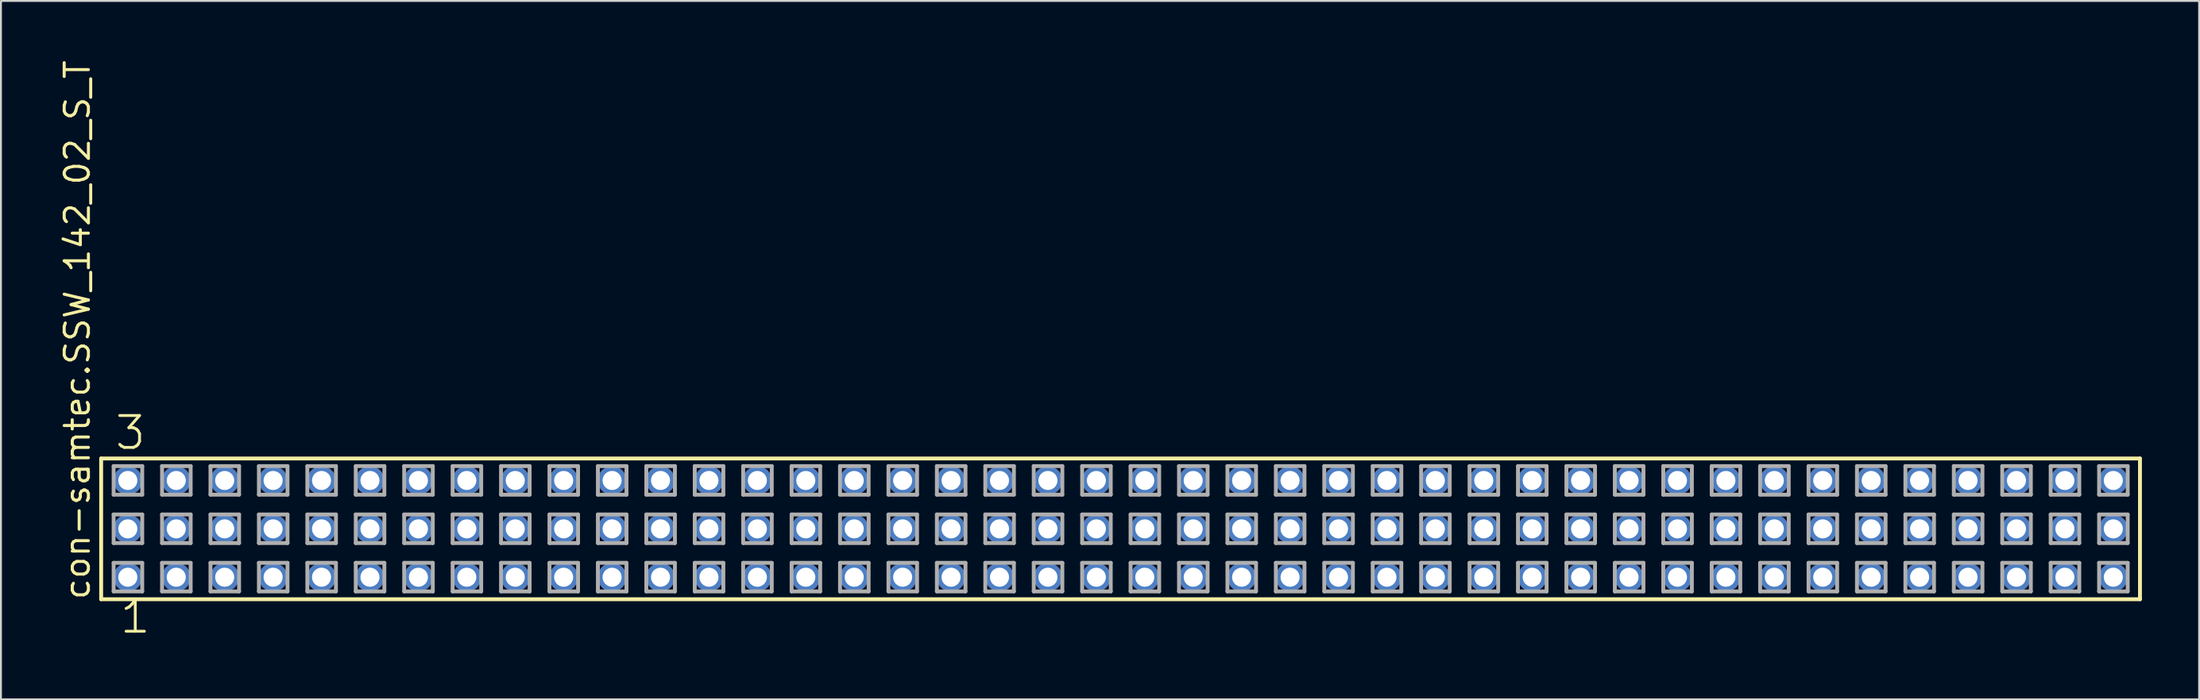
<source format=kicad_pcb>
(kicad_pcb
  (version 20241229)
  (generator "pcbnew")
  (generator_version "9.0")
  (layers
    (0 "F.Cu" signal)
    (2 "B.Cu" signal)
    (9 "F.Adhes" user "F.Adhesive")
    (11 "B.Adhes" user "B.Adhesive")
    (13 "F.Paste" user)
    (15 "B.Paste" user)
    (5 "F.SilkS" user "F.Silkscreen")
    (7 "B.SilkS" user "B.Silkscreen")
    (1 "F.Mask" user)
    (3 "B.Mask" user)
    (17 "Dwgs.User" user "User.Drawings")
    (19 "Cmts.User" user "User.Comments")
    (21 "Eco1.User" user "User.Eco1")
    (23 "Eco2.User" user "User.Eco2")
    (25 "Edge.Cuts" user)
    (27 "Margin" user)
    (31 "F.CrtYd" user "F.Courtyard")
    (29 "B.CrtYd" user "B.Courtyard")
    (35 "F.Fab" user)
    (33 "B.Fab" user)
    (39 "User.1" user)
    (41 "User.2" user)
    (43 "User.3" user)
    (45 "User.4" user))
  (footprint "con-samtec.SSW_142_02_S_T"
    (layer "F.Cu")
    (at 55.725 24.719)
    (property "Reference" "con-samtec.SSW_142_02_S_T" (at -53.975 3.81 90) (layer "F.SilkS") (effects (font (size 1.27 1.27) (thickness 0.16)) (justify left bottom)))
    (attr through_hole)
    (fp_line (start -53.469 -3.695) (end 53.469 -3.695) (stroke (width 0.203) (type default)) (layer "F.SilkS"))
    (fp_line (start -53.469 3.695) (end -53.469 -3.695) (stroke (width 0.203) (type default)) (layer "F.SilkS"))
    (fp_line (start 53.469 -3.695) (end 53.469 3.695) (stroke (width 0.203) (type default)) (layer "F.SilkS"))
    (fp_line (start 53.469 3.695) (end -53.469 3.695) (stroke (width 0.203) (type default)) (layer "F.SilkS"))
    (fp_line (start -52.815 -3.295) (end -51.315 -3.295) (stroke (width 0.203) (type default)) (layer "F.Fab"))
    (fp_line (start -52.815 -1.795) (end -52.815 -3.295) (stroke (width 0.203) (type default)) (layer "F.Fab"))
    (fp_line (start -52.815 -0.755) (end -51.315 -0.755) (stroke (width 0.203) (type default)) (layer "F.Fab"))
    (fp_line (start -52.815 0.745) (end -52.815 -0.755) (stroke (width 0.203) (type default)) (layer "F.Fab"))
    (fp_line (start -52.815 1.785) (end -51.315 1.785) (stroke (width 0.203) (type default)) (layer "F.Fab"))
    (fp_line (start -52.815 3.285) (end -52.815 1.785) (stroke (width 0.203) (type default)) (layer "F.Fab"))
    (fp_line (start -51.315 -3.295) (end -51.315 -1.795) (stroke (width 0.203) (type default)) (layer "F.Fab"))
    (fp_line (start -51.315 -1.795) (end -52.815 -1.795) (stroke (width 0.203) (type default)) (layer "F.Fab"))
    (fp_line (start -51.315 -0.755) (end -51.315 0.745) (stroke (width 0.203) (type default)) (layer "F.Fab"))
    (fp_line (start -51.315 0.745) (end -52.815 0.745) (stroke (width 0.203) (type default)) (layer "F.Fab"))
    (fp_line (start -51.315 1.785) (end -51.315 3.285) (stroke (width 0.203) (type default)) (layer "F.Fab"))
    (fp_line (start -51.315 3.285) (end -52.815 3.285) (stroke (width 0.203) (type default)) (layer "F.Fab"))
    (fp_line (start -50.275 -3.295) (end -48.775 -3.295) (stroke (width 0.203) (type default)) (layer "F.Fab"))
    (fp_line (start -50.275 -1.795) (end -50.275 -3.295) (stroke (width 0.203) (type default)) (layer "F.Fab"))
    (fp_line (start -50.275 -0.755) (end -48.775 -0.755) (stroke (width 0.203) (type default)) (layer "F.Fab"))
    (fp_line (start -50.275 0.745) (end -50.275 -0.755) (stroke (width 0.203) (type default)) (layer "F.Fab"))
    (fp_line (start -50.275 1.785) (end -48.775 1.785) (stroke (width 0.203) (type default)) (layer "F.Fab"))
    (fp_line (start -50.275 3.285) (end -50.275 1.785) (stroke (width 0.203) (type default)) (layer "F.Fab"))
    (fp_line (start -48.775 -3.295) (end -48.775 -1.795) (stroke (width 0.203) (type default)) (layer "F.Fab"))
    (fp_line (start -48.775 -1.795) (end -50.275 -1.795) (stroke (width 0.203) (type default)) (layer "F.Fab"))
    (fp_line (start -48.775 -0.755) (end -48.775 0.745) (stroke (width 0.203) (type default)) (layer "F.Fab"))
    (fp_line (start -48.775 0.745) (end -50.275 0.745) (stroke (width 0.203) (type default)) (layer "F.Fab"))
    (fp_line (start -48.775 1.785) (end -48.775 3.285) (stroke (width 0.203) (type default)) (layer "F.Fab"))
    (fp_line (start -48.775 3.285) (end -50.275 3.285) (stroke (width 0.203) (type default)) (layer "F.Fab"))
    (fp_line (start -47.735 -3.295) (end -46.235 -3.295) (stroke (width 0.203) (type default)) (layer "F.Fab"))
    (fp_line (start -47.735 -1.795) (end -47.735 -3.295) (stroke (width 0.203) (type default)) (layer "F.Fab"))
    (fp_line (start -47.735 -0.755) (end -46.235 -0.755) (stroke (width 0.203) (type default)) (layer "F.Fab"))
    (fp_line (start -47.735 0.745) (end -47.735 -0.755) (stroke (width 0.203) (type default)) (layer "F.Fab"))
    (fp_line (start -47.735 1.785) (end -46.235 1.785) (stroke (width 0.203) (type default)) (layer "F.Fab"))
    (fp_line (start -47.735 3.285) (end -47.735 1.785) (stroke (width 0.203) (type default)) (layer "F.Fab"))
    (fp_line (start -46.235 -3.295) (end -46.235 -1.795) (stroke (width 0.203) (type default)) (layer "F.Fab"))
    (fp_line (start -46.235 -1.795) (end -47.735 -1.795) (stroke (width 0.203) (type default)) (layer "F.Fab"))
    (fp_line (start -46.235 -0.755) (end -46.235 0.745) (stroke (width 0.203) (type default)) (layer "F.Fab"))
    (fp_line (start -46.235 0.745) (end -47.735 0.745) (stroke (width 0.203) (type default)) (layer "F.Fab"))
    (fp_line (start -46.235 1.785) (end -46.235 3.285) (stroke (width 0.203) (type default)) (layer "F.Fab"))
    (fp_line (start -46.235 3.285) (end -47.735 3.285) (stroke (width 0.203) (type default)) (layer "F.Fab"))
    (fp_line (start -45.195 -3.295) (end -43.695 -3.295) (stroke (width 0.203) (type default)) (layer "F.Fab"))
    (fp_line (start -45.195 -1.795) (end -45.195 -3.295) (stroke (width 0.203) (type default)) (layer "F.Fab"))
    (fp_line (start -45.195 -0.755) (end -43.695 -0.755) (stroke (width 0.203) (type default)) (layer "F.Fab"))
    (fp_line (start -45.195 0.745) (end -45.195 -0.755) (stroke (width 0.203) (type default)) (layer "F.Fab"))
    (fp_line (start -45.195 1.785) (end -43.695 1.785) (stroke (width 0.203) (type default)) (layer "F.Fab"))
    (fp_line (start -45.195 3.285) (end -45.195 1.785) (stroke (width 0.203) (type default)) (layer "F.Fab"))
    (fp_line (start -43.695 -3.295) (end -43.695 -1.795) (stroke (width 0.203) (type default)) (layer "F.Fab"))
    (fp_line (start -43.695 -1.795) (end -45.195 -1.795) (stroke (width 0.203) (type default)) (layer "F.Fab"))
    (fp_line (start -43.695 -0.755) (end -43.695 0.745) (stroke (width 0.203) (type default)) (layer "F.Fab"))
    (fp_line (start -43.695 0.745) (end -45.195 0.745) (stroke (width 0.203) (type default)) (layer "F.Fab"))
    (fp_line (start -43.695 1.785) (end -43.695 3.285) (stroke (width 0.203) (type default)) (layer "F.Fab"))
    (fp_line (start -43.695 3.285) (end -45.195 3.285) (stroke (width 0.203) (type default)) (layer "F.Fab"))
    (fp_line (start -42.655 -3.295) (end -41.155 -3.295) (stroke (width 0.203) (type default)) (layer "F.Fab"))
    (fp_line (start -42.655 -1.795) (end -42.655 -3.295) (stroke (width 0.203) (type default)) (layer "F.Fab"))
    (fp_line (start -42.655 -0.755) (end -41.155 -0.755) (stroke (width 0.203) (type default)) (layer "F.Fab"))
    (fp_line (start -42.655 0.745) (end -42.655 -0.755) (stroke (width 0.203) (type default)) (layer "F.Fab"))
    (fp_line (start -42.655 1.785) (end -41.155 1.785) (stroke (width 0.203) (type default)) (layer "F.Fab"))
    (fp_line (start -42.655 3.285) (end -42.655 1.785) (stroke (width 0.203) (type default)) (layer "F.Fab"))
    (fp_line (start -41.155 -3.295) (end -41.155 -1.795) (stroke (width 0.203) (type default)) (layer "F.Fab"))
    (fp_line (start -41.155 -1.795) (end -42.655 -1.795) (stroke (width 0.203) (type default)) (layer "F.Fab"))
    (fp_line (start -41.155 -0.755) (end -41.155 0.745) (stroke (width 0.203) (type default)) (layer "F.Fab"))
    (fp_line (start -41.155 0.745) (end -42.655 0.745) (stroke (width 0.203) (type default)) (layer "F.Fab"))
    (fp_line (start -41.155 1.785) (end -41.155 3.285) (stroke (width 0.203) (type default)) (layer "F.Fab"))
    (fp_line (start -41.155 3.285) (end -42.655 3.285) (stroke (width 0.203) (type default)) (layer "F.Fab"))
    (fp_line (start -40.115 -3.295) (end -38.615 -3.295) (stroke (width 0.203) (type default)) (layer "F.Fab"))
    (fp_line (start -40.115 -1.795) (end -40.115 -3.295) (stroke (width 0.203) (type default)) (layer "F.Fab"))
    (fp_line (start -40.115 -0.755) (end -38.615 -0.755) (stroke (width 0.203) (type default)) (layer "F.Fab"))
    (fp_line (start -40.115 0.745) (end -40.115 -0.755) (stroke (width 0.203) (type default)) (layer "F.Fab"))
    (fp_line (start -40.115 1.785) (end -38.615 1.785) (stroke (width 0.203) (type default)) (layer "F.Fab"))
    (fp_line (start -40.115 3.285) (end -40.115 1.785) (stroke (width 0.203) (type default)) (layer "F.Fab"))
    (fp_line (start -38.615 -3.295) (end -38.615 -1.795) (stroke (width 0.203) (type default)) (layer "F.Fab"))
    (fp_line (start -38.615 -1.795) (end -40.115 -1.795) (stroke (width 0.203) (type default)) (layer "F.Fab"))
    (fp_line (start -38.615 -0.755) (end -38.615 0.745) (stroke (width 0.203) (type default)) (layer "F.Fab"))
    (fp_line (start -38.615 0.745) (end -40.115 0.745) (stroke (width 0.203) (type default)) (layer "F.Fab"))
    (fp_line (start -38.615 1.785) (end -38.615 3.285) (stroke (width 0.203) (type default)) (layer "F.Fab"))
    (fp_line (start -38.615 3.285) (end -40.115 3.285) (stroke (width 0.203) (type default)) (layer "F.Fab"))
    (fp_line (start -37.575 -3.295) (end -36.075 -3.295) (stroke (width 0.203) (type default)) (layer "F.Fab"))
    (fp_line (start -37.575 -1.795) (end -37.575 -3.295) (stroke (width 0.203) (type default)) (layer "F.Fab"))
    (fp_line (start -37.575 -0.755) (end -36.075 -0.755) (stroke (width 0.203) (type default)) (layer "F.Fab"))
    (fp_line (start -37.575 0.745) (end -37.575 -0.755) (stroke (width 0.203) (type default)) (layer "F.Fab"))
    (fp_line (start -37.575 1.785) (end -36.075 1.785) (stroke (width 0.203) (type default)) (layer "F.Fab"))
    (fp_line (start -37.575 3.285) (end -37.575 1.785) (stroke (width 0.203) (type default)) (layer "F.Fab"))
    (fp_line (start -36.075 -3.295) (end -36.075 -1.795) (stroke (width 0.203) (type default)) (layer "F.Fab"))
    (fp_line (start -36.075 -1.795) (end -37.575 -1.795) (stroke (width 0.203) (type default)) (layer "F.Fab"))
    (fp_line (start -36.075 -0.755) (end -36.075 0.745) (stroke (width 0.203) (type default)) (layer "F.Fab"))
    (fp_line (start -36.075 0.745) (end -37.575 0.745) (stroke (width 0.203) (type default)) (layer "F.Fab"))
    (fp_line (start -36.075 1.785) (end -36.075 3.285) (stroke (width 0.203) (type default)) (layer "F.Fab"))
    (fp_line (start -36.075 3.285) (end -37.575 3.285) (stroke (width 0.203) (type default)) (layer "F.Fab"))
    (fp_line (start -35.035 -3.295) (end -33.535 -3.295) (stroke (width 0.203) (type default)) (layer "F.Fab"))
    (fp_line (start -35.035 -1.795) (end -35.035 -3.295) (stroke (width 0.203) (type default)) (layer "F.Fab"))
    (fp_line (start -35.035 -0.755) (end -33.535 -0.755) (stroke (width 0.203) (type default)) (layer "F.Fab"))
    (fp_line (start -35.035 0.745) (end -35.035 -0.755) (stroke (width 0.203) (type default)) (layer "F.Fab"))
    (fp_line (start -35.035 1.785) (end -33.535 1.785) (stroke (width 0.203) (type default)) (layer "F.Fab"))
    (fp_line (start -35.035 3.285) (end -35.035 1.785) (stroke (width 0.203) (type default)) (layer "F.Fab"))
    (fp_line (start -33.535 -3.295) (end -33.535 -1.795) (stroke (width 0.203) (type default)) (layer "F.Fab"))
    (fp_line (start -33.535 -1.795) (end -35.035 -1.795) (stroke (width 0.203) (type default)) (layer "F.Fab"))
    (fp_line (start -33.535 -0.755) (end -33.535 0.745) (stroke (width 0.203) (type default)) (layer "F.Fab"))
    (fp_line (start -33.535 0.745) (end -35.035 0.745) (stroke (width 0.203) (type default)) (layer "F.Fab"))
    (fp_line (start -33.535 1.785) (end -33.535 3.285) (stroke (width 0.203) (type default)) (layer "F.Fab"))
    (fp_line (start -33.535 3.285) (end -35.035 3.285) (stroke (width 0.203) (type default)) (layer "F.Fab"))
    (fp_line (start -32.495 -3.295) (end -30.995 -3.295) (stroke (width 0.203) (type default)) (layer "F.Fab"))
    (fp_line (start -32.495 -1.795) (end -32.495 -3.295) (stroke (width 0.203) (type default)) (layer "F.Fab"))
    (fp_line (start -32.495 -0.755) (end -30.995 -0.755) (stroke (width 0.203) (type default)) (layer "F.Fab"))
    (fp_line (start -32.495 0.745) (end -32.495 -0.755) (stroke (width 0.203) (type default)) (layer "F.Fab"))
    (fp_line (start -32.495 1.785) (end -30.995 1.785) (stroke (width 0.203) (type default)) (layer "F.Fab"))
    (fp_line (start -32.495 3.285) (end -32.495 1.785) (stroke (width 0.203) (type default)) (layer "F.Fab"))
    (fp_line (start -30.995 -3.295) (end -30.995 -1.795) (stroke (width 0.203) (type default)) (layer "F.Fab"))
    (fp_line (start -30.995 -1.795) (end -32.495 -1.795) (stroke (width 0.203) (type default)) (layer "F.Fab"))
    (fp_line (start -30.995 -0.755) (end -30.995 0.745) (stroke (width 0.203) (type default)) (layer "F.Fab"))
    (fp_line (start -30.995 0.745) (end -32.495 0.745) (stroke (width 0.203) (type default)) (layer "F.Fab"))
    (fp_line (start -30.995 1.785) (end -30.995 3.285) (stroke (width 0.203) (type default)) (layer "F.Fab"))
    (fp_line (start -30.995 3.285) (end -32.495 3.285) (stroke (width 0.203) (type default)) (layer "F.Fab"))
    (fp_line (start -29.955 -3.295) (end -28.455 -3.295) (stroke (width 0.203) (type default)) (layer "F.Fab"))
    (fp_line (start -29.955 -1.795) (end -29.955 -3.295) (stroke (width 0.203) (type default)) (layer "F.Fab"))
    (fp_line (start -29.955 -0.755) (end -28.455 -0.755) (stroke (width 0.203) (type default)) (layer "F.Fab"))
    (fp_line (start -29.955 0.745) (end -29.955 -0.755) (stroke (width 0.203) (type default)) (layer "F.Fab"))
    (fp_line (start -29.955 1.785) (end -28.455 1.785) (stroke (width 0.203) (type default)) (layer "F.Fab"))
    (fp_line (start -29.955 3.285) (end -29.955 1.785) (stroke (width 0.203) (type default)) (layer "F.Fab"))
    (fp_line (start -28.455 -3.295) (end -28.455 -1.795) (stroke (width 0.203) (type default)) (layer "F.Fab"))
    (fp_line (start -28.455 -1.795) (end -29.955 -1.795) (stroke (width 0.203) (type default)) (layer "F.Fab"))
    (fp_line (start -28.455 -0.755) (end -28.455 0.745) (stroke (width 0.203) (type default)) (layer "F.Fab"))
    (fp_line (start -28.455 0.745) (end -29.955 0.745) (stroke (width 0.203) (type default)) (layer "F.Fab"))
    (fp_line (start -28.455 1.785) (end -28.455 3.285) (stroke (width 0.203) (type default)) (layer "F.Fab"))
    (fp_line (start -28.455 3.285) (end -29.955 3.285) (stroke (width 0.203) (type default)) (layer "F.Fab"))
    (fp_line (start -27.415 -3.295) (end -25.915 -3.295) (stroke (width 0.203) (type default)) (layer "F.Fab"))
    (fp_line (start -27.415 -1.795) (end -27.415 -3.295) (stroke (width 0.203) (type default)) (layer "F.Fab"))
    (fp_line (start -27.415 -0.755) (end -25.915 -0.755) (stroke (width 0.203) (type default)) (layer "F.Fab"))
    (fp_line (start -27.415 0.745) (end -27.415 -0.755) (stroke (width 0.203) (type default)) (layer "F.Fab"))
    (fp_line (start -27.415 1.785) (end -25.915 1.785) (stroke (width 0.203) (type default)) (layer "F.Fab"))
    (fp_line (start -27.415 3.285) (end -27.415 1.785) (stroke (width 0.203) (type default)) (layer "F.Fab"))
    (fp_line (start -25.915 -3.295) (end -25.915 -1.795) (stroke (width 0.203) (type default)) (layer "F.Fab"))
    (fp_line (start -25.915 -1.795) (end -27.415 -1.795) (stroke (width 0.203) (type default)) (layer "F.Fab"))
    (fp_line (start -25.915 -0.755) (end -25.915 0.745) (stroke (width 0.203) (type default)) (layer "F.Fab"))
    (fp_line (start -25.915 0.745) (end -27.415 0.745) (stroke (width 0.203) (type default)) (layer "F.Fab"))
    (fp_line (start -25.915 1.785) (end -25.915 3.285) (stroke (width 0.203) (type default)) (layer "F.Fab"))
    (fp_line (start -25.915 3.285) (end -27.415 3.285) (stroke (width 0.203) (type default)) (layer "F.Fab"))
    (fp_line (start -24.875 -3.295) (end -23.375 -3.295) (stroke (width 0.203) (type default)) (layer "F.Fab"))
    (fp_line (start -24.875 -1.795) (end -24.875 -3.295) (stroke (width 0.203) (type default)) (layer "F.Fab"))
    (fp_line (start -24.875 -0.755) (end -23.375 -0.755) (stroke (width 0.203) (type default)) (layer "F.Fab"))
    (fp_line (start -24.875 0.745) (end -24.875 -0.755) (stroke (width 0.203) (type default)) (layer "F.Fab"))
    (fp_line (start -24.875 1.785) (end -23.375 1.785) (stroke (width 0.203) (type default)) (layer "F.Fab"))
    (fp_line (start -24.875 3.285) (end -24.875 1.785) (stroke (width 0.203) (type default)) (layer "F.Fab"))
    (fp_line (start -23.375 -3.295) (end -23.375 -1.795) (stroke (width 0.203) (type default)) (layer "F.Fab"))
    (fp_line (start -23.375 -1.795) (end -24.875 -1.795) (stroke (width 0.203) (type default)) (layer "F.Fab"))
    (fp_line (start -23.375 -0.755) (end -23.375 0.745) (stroke (width 0.203) (type default)) (layer "F.Fab"))
    (fp_line (start -23.375 0.745) (end -24.875 0.745) (stroke (width 0.203) (type default)) (layer "F.Fab"))
    (fp_line (start -23.375 1.785) (end -23.375 3.285) (stroke (width 0.203) (type default)) (layer "F.Fab"))
    (fp_line (start -23.375 3.285) (end -24.875 3.285) (stroke (width 0.203) (type default)) (layer "F.Fab"))
    (fp_line (start -22.335 -3.295) (end -20.835 -3.295) (stroke (width 0.203) (type default)) (layer "F.Fab"))
    (fp_line (start -22.335 -1.795) (end -22.335 -3.295) (stroke (width 0.203) (type default)) (layer "F.Fab"))
    (fp_line (start -22.335 -0.755) (end -20.835 -0.755) (stroke (width 0.203) (type default)) (layer "F.Fab"))
    (fp_line (start -22.335 0.745) (end -22.335 -0.755) (stroke (width 0.203) (type default)) (layer "F.Fab"))
    (fp_line (start -22.335 1.785) (end -20.835 1.785) (stroke (width 0.203) (type default)) (layer "F.Fab"))
    (fp_line (start -22.335 3.285) (end -22.335 1.785) (stroke (width 0.203) (type default)) (layer "F.Fab"))
    (fp_line (start -20.835 -3.295) (end -20.835 -1.795) (stroke (width 0.203) (type default)) (layer "F.Fab"))
    (fp_line (start -20.835 -1.795) (end -22.335 -1.795) (stroke (width 0.203) (type default)) (layer "F.Fab"))
    (fp_line (start -20.835 -0.755) (end -20.835 0.745) (stroke (width 0.203) (type default)) (layer "F.Fab"))
    (fp_line (start -20.835 0.745) (end -22.335 0.745) (stroke (width 0.203) (type default)) (layer "F.Fab"))
    (fp_line (start -20.835 1.785) (end -20.835 3.285) (stroke (width 0.203) (type default)) (layer "F.Fab"))
    (fp_line (start -20.835 3.285) (end -22.335 3.285) (stroke (width 0.203) (type default)) (layer "F.Fab"))
    (fp_line (start -19.795 -3.295) (end -18.295 -3.295) (stroke (width 0.203) (type default)) (layer "F.Fab"))
    (fp_line (start -19.795 -1.795) (end -19.795 -3.295) (stroke (width 0.203) (type default)) (layer "F.Fab"))
    (fp_line (start -19.795 -0.755) (end -18.295 -0.755) (stroke (width 0.203) (type default)) (layer "F.Fab"))
    (fp_line (start -19.795 0.745) (end -19.795 -0.755) (stroke (width 0.203) (type default)) (layer "F.Fab"))
    (fp_line (start -19.795 1.785) (end -18.295 1.785) (stroke (width 0.203) (type default)) (layer "F.Fab"))
    (fp_line (start -19.795 3.285) (end -19.795 1.785) (stroke (width 0.203) (type default)) (layer "F.Fab"))
    (fp_line (start -18.295 -3.295) (end -18.295 -1.795) (stroke (width 0.203) (type default)) (layer "F.Fab"))
    (fp_line (start -18.295 -1.795) (end -19.795 -1.795) (stroke (width 0.203) (type default)) (layer "F.Fab"))
    (fp_line (start -18.295 -0.755) (end -18.295 0.745) (stroke (width 0.203) (type default)) (layer "F.Fab"))
    (fp_line (start -18.295 0.745) (end -19.795 0.745) (stroke (width 0.203) (type default)) (layer "F.Fab"))
    (fp_line (start -18.295 1.785) (end -18.295 3.285) (stroke (width 0.203) (type default)) (layer "F.Fab"))
    (fp_line (start -18.295 3.285) (end -19.795 3.285) (stroke (width 0.203) (type default)) (layer "F.Fab"))
    (fp_line (start -17.255 -3.295) (end -15.755 -3.295) (stroke (width 0.203) (type default)) (layer "F.Fab"))
    (fp_line (start -17.255 -1.795) (end -17.255 -3.295) (stroke (width 0.203) (type default)) (layer "F.Fab"))
    (fp_line (start -17.255 -0.755) (end -15.755 -0.755) (stroke (width 0.203) (type default)) (layer "F.Fab"))
    (fp_line (start -17.255 0.745) (end -17.255 -0.755) (stroke (width 0.203) (type default)) (layer "F.Fab"))
    (fp_line (start -17.255 1.785) (end -15.755 1.785) (stroke (width 0.203) (type default)) (layer "F.Fab"))
    (fp_line (start -17.255 3.285) (end -17.255 1.785) (stroke (width 0.203) (type default)) (layer "F.Fab"))
    (fp_line (start -15.755 -3.295) (end -15.755 -1.795) (stroke (width 0.203) (type default)) (layer "F.Fab"))
    (fp_line (start -15.755 -1.795) (end -17.255 -1.795) (stroke (width 0.203) (type default)) (layer "F.Fab"))
    (fp_line (start -15.755 -0.755) (end -15.755 0.745) (stroke (width 0.203) (type default)) (layer "F.Fab"))
    (fp_line (start -15.755 0.745) (end -17.255 0.745) (stroke (width 0.203) (type default)) (layer "F.Fab"))
    (fp_line (start -15.755 1.785) (end -15.755 3.285) (stroke (width 0.203) (type default)) (layer "F.Fab"))
    (fp_line (start -15.755 3.285) (end -17.255 3.285) (stroke (width 0.203) (type default)) (layer "F.Fab"))
    (fp_line (start -14.715 -3.295) (end -13.215 -3.295) (stroke (width 0.203) (type default)) (layer "F.Fab"))
    (fp_line (start -14.715 -1.795) (end -14.715 -3.295) (stroke (width 0.203) (type default)) (layer "F.Fab"))
    (fp_line (start -14.715 -0.755) (end -13.215 -0.755) (stroke (width 0.203) (type default)) (layer "F.Fab"))
    (fp_line (start -14.715 0.745) (end -14.715 -0.755) (stroke (width 0.203) (type default)) (layer "F.Fab"))
    (fp_line (start -14.715 1.785) (end -13.215 1.785) (stroke (width 0.203) (type default)) (layer "F.Fab"))
    (fp_line (start -14.715 3.285) (end -14.715 1.785) (stroke (width 0.203) (type default)) (layer "F.Fab"))
    (fp_line (start -13.215 -3.295) (end -13.215 -1.795) (stroke (width 0.203) (type default)) (layer "F.Fab"))
    (fp_line (start -13.215 -1.795) (end -14.715 -1.795) (stroke (width 0.203) (type default)) (layer "F.Fab"))
    (fp_line (start -13.215 -0.755) (end -13.215 0.745) (stroke (width 0.203) (type default)) (layer "F.Fab"))
    (fp_line (start -13.215 0.745) (end -14.715 0.745) (stroke (width 0.203) (type default)) (layer "F.Fab"))
    (fp_line (start -13.215 1.785) (end -13.215 3.285) (stroke (width 0.203) (type default)) (layer "F.Fab"))
    (fp_line (start -13.215 3.285) (end -14.715 3.285) (stroke (width 0.203) (type default)) (layer "F.Fab"))
    (fp_line (start -12.175 -3.295) (end -10.675 -3.295) (stroke (width 0.203) (type default)) (layer "F.Fab"))
    (fp_line (start -12.175 -1.795) (end -12.175 -3.295) (stroke (width 0.203) (type default)) (layer "F.Fab"))
    (fp_line (start -12.175 -0.755) (end -10.675 -0.755) (stroke (width 0.203) (type default)) (layer "F.Fab"))
    (fp_line (start -12.175 0.745) (end -12.175 -0.755) (stroke (width 0.203) (type default)) (layer "F.Fab"))
    (fp_line (start -12.175 1.785) (end -10.675 1.785) (stroke (width 0.203) (type default)) (layer "F.Fab"))
    (fp_line (start -12.175 3.285) (end -12.175 1.785) (stroke (width 0.203) (type default)) (layer "F.Fab"))
    (fp_line (start -10.675 -3.295) (end -10.675 -1.795) (stroke (width 0.203) (type default)) (layer "F.Fab"))
    (fp_line (start -10.675 -1.795) (end -12.175 -1.795) (stroke (width 0.203) (type default)) (layer "F.Fab"))
    (fp_line (start -10.675 -0.755) (end -10.675 0.745) (stroke (width 0.203) (type default)) (layer "F.Fab"))
    (fp_line (start -10.675 0.745) (end -12.175 0.745) (stroke (width 0.203) (type default)) (layer "F.Fab"))
    (fp_line (start -10.675 1.785) (end -10.675 3.285) (stroke (width 0.203) (type default)) (layer "F.Fab"))
    (fp_line (start -10.675 3.285) (end -12.175 3.285) (stroke (width 0.203) (type default)) (layer "F.Fab"))
    (fp_line (start -9.635 -3.295) (end -8.135 -3.295) (stroke (width 0.203) (type default)) (layer "F.Fab"))
    (fp_line (start -9.635 -1.795) (end -9.635 -3.295) (stroke (width 0.203) (type default)) (layer "F.Fab"))
    (fp_line (start -9.635 -0.755) (end -8.135 -0.755) (stroke (width 0.203) (type default)) (layer "F.Fab"))
    (fp_line (start -9.635 0.745) (end -9.635 -0.755) (stroke (width 0.203) (type default)) (layer "F.Fab"))
    (fp_line (start -9.635 1.785) (end -8.135 1.785) (stroke (width 0.203) (type default)) (layer "F.Fab"))
    (fp_line (start -9.635 3.285) (end -9.635 1.785) (stroke (width 0.203) (type default)) (layer "F.Fab"))
    (fp_line (start -8.135 -3.295) (end -8.135 -1.795) (stroke (width 0.203) (type default)) (layer "F.Fab"))
    (fp_line (start -8.135 -1.795) (end -9.635 -1.795) (stroke (width 0.203) (type default)) (layer "F.Fab"))
    (fp_line (start -8.135 -0.755) (end -8.135 0.745) (stroke (width 0.203) (type default)) (layer "F.Fab"))
    (fp_line (start -8.135 0.745) (end -9.635 0.745) (stroke (width 0.203) (type default)) (layer "F.Fab"))
    (fp_line (start -8.135 1.785) (end -8.135 3.285) (stroke (width 0.203) (type default)) (layer "F.Fab"))
    (fp_line (start -8.135 3.285) (end -9.635 3.285) (stroke (width 0.203) (type default)) (layer "F.Fab"))
    (fp_line (start -7.095 -3.295) (end -5.595 -3.295) (stroke (width 0.203) (type default)) (layer "F.Fab"))
    (fp_line (start -7.095 -1.795) (end -7.095 -3.295) (stroke (width 0.203) (type default)) (layer "F.Fab"))
    (fp_line (start -7.095 -0.755) (end -5.595 -0.755) (stroke (width 0.203) (type default)) (layer "F.Fab"))
    (fp_line (start -7.095 0.745) (end -7.095 -0.755) (stroke (width 0.203) (type default)) (layer "F.Fab"))
    (fp_line (start -7.095 1.785) (end -5.595 1.785) (stroke (width 0.203) (type default)) (layer "F.Fab"))
    (fp_line (start -7.095 3.285) (end -7.095 1.785) (stroke (width 0.203) (type default)) (layer "F.Fab"))
    (fp_line (start -5.595 -3.295) (end -5.595 -1.795) (stroke (width 0.203) (type default)) (layer "F.Fab"))
    (fp_line (start -5.595 -1.795) (end -7.095 -1.795) (stroke (width 0.203) (type default)) (layer "F.Fab"))
    (fp_line (start -5.595 -0.755) (end -5.595 0.745) (stroke (width 0.203) (type default)) (layer "F.Fab"))
    (fp_line (start -5.595 0.745) (end -7.095 0.745) (stroke (width 0.203) (type default)) (layer "F.Fab"))
    (fp_line (start -5.595 1.785) (end -5.595 3.285) (stroke (width 0.203) (type default)) (layer "F.Fab"))
    (fp_line (start -5.595 3.285) (end -7.095 3.285) (stroke (width 0.203) (type default)) (layer "F.Fab"))
    (fp_line (start -4.555 -3.295) (end -3.055 -3.295) (stroke (width 0.203) (type default)) (layer "F.Fab"))
    (fp_line (start -4.555 -1.795) (end -4.555 -3.295) (stroke (width 0.203) (type default)) (layer "F.Fab"))
    (fp_line (start -4.555 -0.755) (end -3.055 -0.755) (stroke (width 0.203) (type default)) (layer "F.Fab"))
    (fp_line (start -4.555 0.745) (end -4.555 -0.755) (stroke (width 0.203) (type default)) (layer "F.Fab"))
    (fp_line (start -4.555 1.785) (end -3.055 1.785) (stroke (width 0.203) (type default)) (layer "F.Fab"))
    (fp_line (start -4.555 3.285) (end -4.555 1.785) (stroke (width 0.203) (type default)) (layer "F.Fab"))
    (fp_line (start -3.055 -3.295) (end -3.055 -1.795) (stroke (width 0.203) (type default)) (layer "F.Fab"))
    (fp_line (start -3.055 -1.795) (end -4.555 -1.795) (stroke (width 0.203) (type default)) (layer "F.Fab"))
    (fp_line (start -3.055 -0.755) (end -3.055 0.745) (stroke (width 0.203) (type default)) (layer "F.Fab"))
    (fp_line (start -3.055 0.745) (end -4.555 0.745) (stroke (width 0.203) (type default)) (layer "F.Fab"))
    (fp_line (start -3.055 1.785) (end -3.055 3.285) (stroke (width 0.203) (type default)) (layer "F.Fab"))
    (fp_line (start -3.055 3.285) (end -4.555 3.285) (stroke (width 0.203) (type default)) (layer "F.Fab"))
    (fp_line (start -2.015 -3.295) (end -0.515 -3.295) (stroke (width 0.203) (type default)) (layer "F.Fab"))
    (fp_line (start -2.015 -1.795) (end -2.015 -3.295) (stroke (width 0.203) (type default)) (layer "F.Fab"))
    (fp_line (start -2.015 -0.755) (end -0.515 -0.755) (stroke (width 0.203) (type default)) (layer "F.Fab"))
    (fp_line (start -2.015 0.745) (end -2.015 -0.755) (stroke (width 0.203) (type default)) (layer "F.Fab"))
    (fp_line (start -2.015 1.785) (end -0.515 1.785) (stroke (width 0.203) (type default)) (layer "F.Fab"))
    (fp_line (start -2.015 3.285) (end -2.015 1.785) (stroke (width 0.203) (type default)) (layer "F.Fab"))
    (fp_line (start -0.515 -3.295) (end -0.515 -1.795) (stroke (width 0.203) (type default)) (layer "F.Fab"))
    (fp_line (start -0.515 -1.795) (end -2.015 -1.795) (stroke (width 0.203) (type default)) (layer "F.Fab"))
    (fp_line (start -0.515 -0.755) (end -0.515 0.745) (stroke (width 0.203) (type default)) (layer "F.Fab"))
    (fp_line (start -0.515 0.745) (end -2.015 0.745) (stroke (width 0.203) (type default)) (layer "F.Fab"))
    (fp_line (start -0.515 1.785) (end -0.515 3.285) (stroke (width 0.203) (type default)) (layer "F.Fab"))
    (fp_line (start -0.515 3.285) (end -2.015 3.285) (stroke (width 0.203) (type default)) (layer "F.Fab"))
    (fp_line (start 0.525 -3.295) (end 2.025 -3.295) (stroke (width 0.203) (type default)) (layer "F.Fab"))
    (fp_line (start 0.525 -1.795) (end 0.525 -3.295) (stroke (width 0.203) (type default)) (layer "F.Fab"))
    (fp_line (start 0.525 -0.755) (end 2.025 -0.755) (stroke (width 0.203) (type default)) (layer "F.Fab"))
    (fp_line (start 0.525 0.745) (end 0.525 -0.755) (stroke (width 0.203) (type default)) (layer "F.Fab"))
    (fp_line (start 0.525 1.785) (end 2.025 1.785) (stroke (width 0.203) (type default)) (layer "F.Fab"))
    (fp_line (start 0.525 3.285) (end 0.525 1.785) (stroke (width 0.203) (type default)) (layer "F.Fab"))
    (fp_line (start 2.025 -3.295) (end 2.025 -1.795) (stroke (width 0.203) (type default)) (layer "F.Fab"))
    (fp_line (start 2.025 -1.795) (end 0.525 -1.795) (stroke (width 0.203) (type default)) (layer "F.Fab"))
    (fp_line (start 2.025 -0.755) (end 2.025 0.745) (stroke (width 0.203) (type default)) (layer "F.Fab"))
    (fp_line (start 2.025 0.745) (end 0.525 0.745) (stroke (width 0.203) (type default)) (layer "F.Fab"))
    (fp_line (start 2.025 1.785) (end 2.025 3.285) (stroke (width 0.203) (type default)) (layer "F.Fab"))
    (fp_line (start 2.025 3.285) (end 0.525 3.285) (stroke (width 0.203) (type default)) (layer "F.Fab"))
    (fp_line (start 3.065 -3.295) (end 4.565 -3.295) (stroke (width 0.203) (type default)) (layer "F.Fab"))
    (fp_line (start 3.065 -1.795) (end 3.065 -3.295) (stroke (width 0.203) (type default)) (layer "F.Fab"))
    (fp_line (start 3.065 -0.755) (end 4.565 -0.755) (stroke (width 0.203) (type default)) (layer "F.Fab"))
    (fp_line (start 3.065 0.745) (end 3.065 -0.755) (stroke (width 0.203) (type default)) (layer "F.Fab"))
    (fp_line (start 3.065 1.785) (end 4.565 1.785) (stroke (width 0.203) (type default)) (layer "F.Fab"))
    (fp_line (start 3.065 3.285) (end 3.065 1.785) (stroke (width 0.203) (type default)) (layer "F.Fab"))
    (fp_line (start 4.565 -3.295) (end 4.565 -1.795) (stroke (width 0.203) (type default)) (layer "F.Fab"))
    (fp_line (start 4.565 -1.795) (end 3.065 -1.795) (stroke (width 0.203) (type default)) (layer "F.Fab"))
    (fp_line (start 4.565 -0.755) (end 4.565 0.745) (stroke (width 0.203) (type default)) (layer "F.Fab"))
    (fp_line (start 4.565 0.745) (end 3.065 0.745) (stroke (width 0.203) (type default)) (layer "F.Fab"))
    (fp_line (start 4.565 1.785) (end 4.565 3.285) (stroke (width 0.203) (type default)) (layer "F.Fab"))
    (fp_line (start 4.565 3.285) (end 3.065 3.285) (stroke (width 0.203) (type default)) (layer "F.Fab"))
    (fp_line (start 5.605 -3.295) (end 7.105 -3.295) (stroke (width 0.203) (type default)) (layer "F.Fab"))
    (fp_line (start 5.605 -1.795) (end 5.605 -3.295) (stroke (width 0.203) (type default)) (layer "F.Fab"))
    (fp_line (start 5.605 -0.755) (end 7.105 -0.755) (stroke (width 0.203) (type default)) (layer "F.Fab"))
    (fp_line (start 5.605 0.745) (end 5.605 -0.755) (stroke (width 0.203) (type default)) (layer "F.Fab"))
    (fp_line (start 5.605 1.785) (end 7.105 1.785) (stroke (width 0.203) (type default)) (layer "F.Fab"))
    (fp_line (start 5.605 3.285) (end 5.605 1.785) (stroke (width 0.203) (type default)) (layer "F.Fab"))
    (fp_line (start 7.105 -3.295) (end 7.105 -1.795) (stroke (width 0.203) (type default)) (layer "F.Fab"))
    (fp_line (start 7.105 -1.795) (end 5.605 -1.795) (stroke (width 0.203) (type default)) (layer "F.Fab"))
    (fp_line (start 7.105 -0.755) (end 7.105 0.745) (stroke (width 0.203) (type default)) (layer "F.Fab"))
    (fp_line (start 7.105 0.745) (end 5.605 0.745) (stroke (width 0.203) (type default)) (layer "F.Fab"))
    (fp_line (start 7.105 1.785) (end 7.105 3.285) (stroke (width 0.203) (type default)) (layer "F.Fab"))
    (fp_line (start 7.105 3.285) (end 5.605 3.285) (stroke (width 0.203) (type default)) (layer "F.Fab"))
    (fp_line (start 8.145 -3.295) (end 9.645 -3.295) (stroke (width 0.203) (type default)) (layer "F.Fab"))
    (fp_line (start 8.145 -1.795) (end 8.145 -3.295) (stroke (width 0.203) (type default)) (layer "F.Fab"))
    (fp_line (start 8.145 -0.755) (end 9.645 -0.755) (stroke (width 0.203) (type default)) (layer "F.Fab"))
    (fp_line (start 8.145 0.745) (end 8.145 -0.755) (stroke (width 0.203) (type default)) (layer "F.Fab"))
    (fp_line (start 8.145 1.785) (end 9.645 1.785) (stroke (width 0.203) (type default)) (layer "F.Fab"))
    (fp_line (start 8.145 3.285) (end 8.145 1.785) (stroke (width 0.203) (type default)) (layer "F.Fab"))
    (fp_line (start 9.645 -3.295) (end 9.645 -1.795) (stroke (width 0.203) (type default)) (layer "F.Fab"))
    (fp_line (start 9.645 -1.795) (end 8.145 -1.795) (stroke (width 0.203) (type default)) (layer "F.Fab"))
    (fp_line (start 9.645 -0.755) (end 9.645 0.745) (stroke (width 0.203) (type default)) (layer "F.Fab"))
    (fp_line (start 9.645 0.745) (end 8.145 0.745) (stroke (width 0.203) (type default)) (layer "F.Fab"))
    (fp_line (start 9.645 1.785) (end 9.645 3.285) (stroke (width 0.203) (type default)) (layer "F.Fab"))
    (fp_line (start 9.645 3.285) (end 8.145 3.285) (stroke (width 0.203) (type default)) (layer "F.Fab"))
    (fp_line (start 10.685 -3.295) (end 12.185 -3.295) (stroke (width 0.203) (type default)) (layer "F.Fab"))
    (fp_line (start 10.685 -1.795) (end 10.685 -3.295) (stroke (width 0.203) (type default)) (layer "F.Fab"))
    (fp_line (start 10.685 -0.755) (end 12.185 -0.755) (stroke (width 0.203) (type default)) (layer "F.Fab"))
    (fp_line (start 10.685 0.745) (end 10.685 -0.755) (stroke (width 0.203) (type default)) (layer "F.Fab"))
    (fp_line (start 10.685 1.785) (end 12.185 1.785) (stroke (width 0.203) (type default)) (layer "F.Fab"))
    (fp_line (start 10.685 3.285) (end 10.685 1.785) (stroke (width 0.203) (type default)) (layer "F.Fab"))
    (fp_line (start 12.185 -3.295) (end 12.185 -1.795) (stroke (width 0.203) (type default)) (layer "F.Fab"))
    (fp_line (start 12.185 -1.795) (end 10.685 -1.795) (stroke (width 0.203) (type default)) (layer "F.Fab"))
    (fp_line (start 12.185 -0.755) (end 12.185 0.745) (stroke (width 0.203) (type default)) (layer "F.Fab"))
    (fp_line (start 12.185 0.745) (end 10.685 0.745) (stroke (width 0.203) (type default)) (layer "F.Fab"))
    (fp_line (start 12.185 1.785) (end 12.185 3.285) (stroke (width 0.203) (type default)) (layer "F.Fab"))
    (fp_line (start 12.185 3.285) (end 10.685 3.285) (stroke (width 0.203) (type default)) (layer "F.Fab"))
    (fp_line (start 13.225 -3.295) (end 14.725 -3.295) (stroke (width 0.203) (type default)) (layer "F.Fab"))
    (fp_line (start 13.225 -1.795) (end 13.225 -3.295) (stroke (width 0.203) (type default)) (layer "F.Fab"))
    (fp_line (start 13.225 -0.755) (end 14.725 -0.755) (stroke (width 0.203) (type default)) (layer "F.Fab"))
    (fp_line (start 13.225 0.745) (end 13.225 -0.755) (stroke (width 0.203) (type default)) (layer "F.Fab"))
    (fp_line (start 13.225 1.785) (end 14.725 1.785) (stroke (width 0.203) (type default)) (layer "F.Fab"))
    (fp_line (start 13.225 3.285) (end 13.225 1.785) (stroke (width 0.203) (type default)) (layer "F.Fab"))
    (fp_line (start 14.725 -3.295) (end 14.725 -1.795) (stroke (width 0.203) (type default)) (layer "F.Fab"))
    (fp_line (start 14.725 -1.795) (end 13.225 -1.795) (stroke (width 0.203) (type default)) (layer "F.Fab"))
    (fp_line (start 14.725 -0.755) (end 14.725 0.745) (stroke (width 0.203) (type default)) (layer "F.Fab"))
    (fp_line (start 14.725 0.745) (end 13.225 0.745) (stroke (width 0.203) (type default)) (layer "F.Fab"))
    (fp_line (start 14.725 1.785) (end 14.725 3.285) (stroke (width 0.203) (type default)) (layer "F.Fab"))
    (fp_line (start 14.725 3.285) (end 13.225 3.285) (stroke (width 0.203) (type default)) (layer "F.Fab"))
    (fp_line (start 15.765 -3.295) (end 17.265 -3.295) (stroke (width 0.203) (type default)) (layer "F.Fab"))
    (fp_line (start 15.765 -1.795) (end 15.765 -3.295) (stroke (width 0.203) (type default)) (layer "F.Fab"))
    (fp_line (start 15.765 -0.755) (end 17.265 -0.755) (stroke (width 0.203) (type default)) (layer "F.Fab"))
    (fp_line (start 15.765 0.745) (end 15.765 -0.755) (stroke (width 0.203) (type default)) (layer "F.Fab"))
    (fp_line (start 15.765 1.785) (end 17.265 1.785) (stroke (width 0.203) (type default)) (layer "F.Fab"))
    (fp_line (start 15.765 3.285) (end 15.765 1.785) (stroke (width 0.203) (type default)) (layer "F.Fab"))
    (fp_line (start 17.265 -3.295) (end 17.265 -1.795) (stroke (width 0.203) (type default)) (layer "F.Fab"))
    (fp_line (start 17.265 -1.795) (end 15.765 -1.795) (stroke (width 0.203) (type default)) (layer "F.Fab"))
    (fp_line (start 17.265 -0.755) (end 17.265 0.745) (stroke (width 0.203) (type default)) (layer "F.Fab"))
    (fp_line (start 17.265 0.745) (end 15.765 0.745) (stroke (width 0.203) (type default)) (layer "F.Fab"))
    (fp_line (start 17.265 1.785) (end 17.265 3.285) (stroke (width 0.203) (type default)) (layer "F.Fab"))
    (fp_line (start 17.265 3.285) (end 15.765 3.285) (stroke (width 0.203) (type default)) (layer "F.Fab"))
    (fp_line (start 18.305 -3.295) (end 19.805 -3.295) (stroke (width 0.203) (type default)) (layer "F.Fab"))
    (fp_line (start 18.305 -1.795) (end 18.305 -3.295) (stroke (width 0.203) (type default)) (layer "F.Fab"))
    (fp_line (start 18.305 -0.755) (end 19.805 -0.755) (stroke (width 0.203) (type default)) (layer "F.Fab"))
    (fp_line (start 18.305 0.745) (end 18.305 -0.755) (stroke (width 0.203) (type default)) (layer "F.Fab"))
    (fp_line (start 18.305 1.785) (end 19.805 1.785) (stroke (width 0.203) (type default)) (layer "F.Fab"))
    (fp_line (start 18.305 3.285) (end 18.305 1.785) (stroke (width 0.203) (type default)) (layer "F.Fab"))
    (fp_line (start 19.805 -3.295) (end 19.805 -1.795) (stroke (width 0.203) (type default)) (layer "F.Fab"))
    (fp_line (start 19.805 -1.795) (end 18.305 -1.795) (stroke (width 0.203) (type default)) (layer "F.Fab"))
    (fp_line (start 19.805 -0.755) (end 19.805 0.745) (stroke (width 0.203) (type default)) (layer "F.Fab"))
    (fp_line (start 19.805 0.745) (end 18.305 0.745) (stroke (width 0.203) (type default)) (layer "F.Fab"))
    (fp_line (start 19.805 1.785) (end 19.805 3.285) (stroke (width 0.203) (type default)) (layer "F.Fab"))
    (fp_line (start 19.805 3.285) (end 18.305 3.285) (stroke (width 0.203) (type default)) (layer "F.Fab"))
    (fp_line (start 20.845 -3.295) (end 22.345 -3.295) (stroke (width 0.203) (type default)) (layer "F.Fab"))
    (fp_line (start 20.845 -1.795) (end 20.845 -3.295) (stroke (width 0.203) (type default)) (layer "F.Fab"))
    (fp_line (start 20.845 -0.755) (end 22.345 -0.755) (stroke (width 0.203) (type default)) (layer "F.Fab"))
    (fp_line (start 20.845 0.745) (end 20.845 -0.755) (stroke (width 0.203) (type default)) (layer "F.Fab"))
    (fp_line (start 20.845 1.785) (end 22.345 1.785) (stroke (width 0.203) (type default)) (layer "F.Fab"))
    (fp_line (start 20.845 3.285) (end 20.845 1.785) (stroke (width 0.203) (type default)) (layer "F.Fab"))
    (fp_line (start 22.345 -3.295) (end 22.345 -1.795) (stroke (width 0.203) (type default)) (layer "F.Fab"))
    (fp_line (start 22.345 -1.795) (end 20.845 -1.795) (stroke (width 0.203) (type default)) (layer "F.Fab"))
    (fp_line (start 22.345 -0.755) (end 22.345 0.745) (stroke (width 0.203) (type default)) (layer "F.Fab"))
    (fp_line (start 22.345 0.745) (end 20.845 0.745) (stroke (width 0.203) (type default)) (layer "F.Fab"))
    (fp_line (start 22.345 1.785) (end 22.345 3.285) (stroke (width 0.203) (type default)) (layer "F.Fab"))
    (fp_line (start 22.345 3.285) (end 20.845 3.285) (stroke (width 0.203) (type default)) (layer "F.Fab"))
    (fp_line (start 23.385 -3.295) (end 24.885 -3.295) (stroke (width 0.203) (type default)) (layer "F.Fab"))
    (fp_line (start 23.385 -1.795) (end 23.385 -3.295) (stroke (width 0.203) (type default)) (layer "F.Fab"))
    (fp_line (start 23.385 -0.755) (end 24.885 -0.755) (stroke (width 0.203) (type default)) (layer "F.Fab"))
    (fp_line (start 23.385 0.745) (end 23.385 -0.755) (stroke (width 0.203) (type default)) (layer "F.Fab"))
    (fp_line (start 23.385 1.785) (end 24.885 1.785) (stroke (width 0.203) (type default)) (layer "F.Fab"))
    (fp_line (start 23.385 3.285) (end 23.385 1.785) (stroke (width 0.203) (type default)) (layer "F.Fab"))
    (fp_line (start 24.885 -3.295) (end 24.885 -1.795) (stroke (width 0.203) (type default)) (layer "F.Fab"))
    (fp_line (start 24.885 -1.795) (end 23.385 -1.795) (stroke (width 0.203) (type default)) (layer "F.Fab"))
    (fp_line (start 24.885 -0.755) (end 24.885 0.745) (stroke (width 0.203) (type default)) (layer "F.Fab"))
    (fp_line (start 24.885 0.745) (end 23.385 0.745) (stroke (width 0.203) (type default)) (layer "F.Fab"))
    (fp_line (start 24.885 1.785) (end 24.885 3.285) (stroke (width 0.203) (type default)) (layer "F.Fab"))
    (fp_line (start 24.885 3.285) (end 23.385 3.285) (stroke (width 0.203) (type default)) (layer "F.Fab"))
    (fp_line (start 25.925 -3.295) (end 27.425 -3.295) (stroke (width 0.203) (type default)) (layer "F.Fab"))
    (fp_line (start 25.925 -1.795) (end 25.925 -3.295) (stroke (width 0.203) (type default)) (layer "F.Fab"))
    (fp_line (start 25.925 -0.755) (end 27.425 -0.755) (stroke (width 0.203) (type default)) (layer "F.Fab"))
    (fp_line (start 25.925 0.745) (end 25.925 -0.755) (stroke (width 0.203) (type default)) (layer "F.Fab"))
    (fp_line (start 25.925 1.785) (end 27.425 1.785) (stroke (width 0.203) (type default)) (layer "F.Fab"))
    (fp_line (start 25.925 3.285) (end 25.925 1.785) (stroke (width 0.203) (type default)) (layer "F.Fab"))
    (fp_line (start 27.425 -3.295) (end 27.425 -1.795) (stroke (width 0.203) (type default)) (layer "F.Fab"))
    (fp_line (start 27.425 -1.795) (end 25.925 -1.795) (stroke (width 0.203) (type default)) (layer "F.Fab"))
    (fp_line (start 27.425 -0.755) (end 27.425 0.745) (stroke (width 0.203) (type default)) (layer "F.Fab"))
    (fp_line (start 27.425 0.745) (end 25.925 0.745) (stroke (width 0.203) (type default)) (layer "F.Fab"))
    (fp_line (start 27.425 1.785) (end 27.425 3.285) (stroke (width 0.203) (type default)) (layer "F.Fab"))
    (fp_line (start 27.425 3.285) (end 25.925 3.285) (stroke (width 0.203) (type default)) (layer "F.Fab"))
    (fp_line (start 28.465 -3.295) (end 29.965 -3.295) (stroke (width 0.203) (type default)) (layer "F.Fab"))
    (fp_line (start 28.465 -1.795) (end 28.465 -3.295) (stroke (width 0.203) (type default)) (layer "F.Fab"))
    (fp_line (start 28.465 -0.755) (end 29.965 -0.755) (stroke (width 0.203) (type default)) (layer "F.Fab"))
    (fp_line (start 28.465 0.745) (end 28.465 -0.755) (stroke (width 0.203) (type default)) (layer "F.Fab"))
    (fp_line (start 28.465 1.785) (end 29.965 1.785) (stroke (width 0.203) (type default)) (layer "F.Fab"))
    (fp_line (start 28.465 3.285) (end 28.465 1.785) (stroke (width 0.203) (type default)) (layer "F.Fab"))
    (fp_line (start 29.965 -3.295) (end 29.965 -1.795) (stroke (width 0.203) (type default)) (layer "F.Fab"))
    (fp_line (start 29.965 -1.795) (end 28.465 -1.795) (stroke (width 0.203) (type default)) (layer "F.Fab"))
    (fp_line (start 29.965 -0.755) (end 29.965 0.745) (stroke (width 0.203) (type default)) (layer "F.Fab"))
    (fp_line (start 29.965 0.745) (end 28.465 0.745) (stroke (width 0.203) (type default)) (layer "F.Fab"))
    (fp_line (start 29.965 1.785) (end 29.965 3.285) (stroke (width 0.203) (type default)) (layer "F.Fab"))
    (fp_line (start 29.965 3.285) (end 28.465 3.285) (stroke (width 0.203) (type default)) (layer "F.Fab"))
    (fp_line (start 31.005 -3.295) (end 32.505 -3.295) (stroke (width 0.203) (type default)) (layer "F.Fab"))
    (fp_line (start 31.005 -1.795) (end 31.005 -3.295) (stroke (width 0.203) (type default)) (layer "F.Fab"))
    (fp_line (start 31.005 -0.755) (end 32.505 -0.755) (stroke (width 0.203) (type default)) (layer "F.Fab"))
    (fp_line (start 31.005 0.745) (end 31.005 -0.755) (stroke (width 0.203) (type default)) (layer "F.Fab"))
    (fp_line (start 31.005 1.785) (end 32.505 1.785) (stroke (width 0.203) (type default)) (layer "F.Fab"))
    (fp_line (start 31.005 3.285) (end 31.005 1.785) (stroke (width 0.203) (type default)) (layer "F.Fab"))
    (fp_line (start 32.505 -3.295) (end 32.505 -1.795) (stroke (width 0.203) (type default)) (layer "F.Fab"))
    (fp_line (start 32.505 -1.795) (end 31.005 -1.795) (stroke (width 0.203) (type default)) (layer "F.Fab"))
    (fp_line (start 32.505 -0.755) (end 32.505 0.745) (stroke (width 0.203) (type default)) (layer "F.Fab"))
    (fp_line (start 32.505 0.745) (end 31.005 0.745) (stroke (width 0.203) (type default)) (layer "F.Fab"))
    (fp_line (start 32.505 1.785) (end 32.505 3.285) (stroke (width 0.203) (type default)) (layer "F.Fab"))
    (fp_line (start 32.505 3.285) (end 31.005 3.285) (stroke (width 0.203) (type default)) (layer "F.Fab"))
    (fp_line (start 33.545 -3.295) (end 35.045 -3.295) (stroke (width 0.203) (type default)) (layer "F.Fab"))
    (fp_line (start 33.545 -1.795) (end 33.545 -3.295) (stroke (width 0.203) (type default)) (layer "F.Fab"))
    (fp_line (start 33.545 -0.755) (end 35.045 -0.755) (stroke (width 0.203) (type default)) (layer "F.Fab"))
    (fp_line (start 33.545 0.745) (end 33.545 -0.755) (stroke (width 0.203) (type default)) (layer "F.Fab"))
    (fp_line (start 33.545 1.785) (end 35.045 1.785) (stroke (width 0.203) (type default)) (layer "F.Fab"))
    (fp_line (start 33.545 3.285) (end 33.545 1.785) (stroke (width 0.203) (type default)) (layer "F.Fab"))
    (fp_line (start 35.045 -3.295) (end 35.045 -1.795) (stroke (width 0.203) (type default)) (layer "F.Fab"))
    (fp_line (start 35.045 -1.795) (end 33.545 -1.795) (stroke (width 0.203) (type default)) (layer "F.Fab"))
    (fp_line (start 35.045 -0.755) (end 35.045 0.745) (stroke (width 0.203) (type default)) (layer "F.Fab"))
    (fp_line (start 35.045 0.745) (end 33.545 0.745) (stroke (width 0.203) (type default)) (layer "F.Fab"))
    (fp_line (start 35.045 1.785) (end 35.045 3.285) (stroke (width 0.203) (type default)) (layer "F.Fab"))
    (fp_line (start 35.045 3.285) (end 33.545 3.285) (stroke (width 0.203) (type default)) (layer "F.Fab"))
    (fp_line (start 36.085 -3.295) (end 37.585 -3.295) (stroke (width 0.203) (type default)) (layer "F.Fab"))
    (fp_line (start 36.085 -1.795) (end 36.085 -3.295) (stroke (width 0.203) (type default)) (layer "F.Fab"))
    (fp_line (start 36.085 -0.755) (end 37.585 -0.755) (stroke (width 0.203) (type default)) (layer "F.Fab"))
    (fp_line (start 36.085 0.745) (end 36.085 -0.755) (stroke (width 0.203) (type default)) (layer "F.Fab"))
    (fp_line (start 36.085 1.785) (end 37.585 1.785) (stroke (width 0.203) (type default)) (layer "F.Fab"))
    (fp_line (start 36.085 3.285) (end 36.085 1.785) (stroke (width 0.203) (type default)) (layer "F.Fab"))
    (fp_line (start 37.585 -3.295) (end 37.585 -1.795) (stroke (width 0.203) (type default)) (layer "F.Fab"))
    (fp_line (start 37.585 -1.795) (end 36.085 -1.795) (stroke (width 0.203) (type default)) (layer "F.Fab"))
    (fp_line (start 37.585 -0.755) (end 37.585 0.745) (stroke (width 0.203) (type default)) (layer "F.Fab"))
    (fp_line (start 37.585 0.745) (end 36.085 0.745) (stroke (width 0.203) (type default)) (layer "F.Fab"))
    (fp_line (start 37.585 1.785) (end 37.585 3.285) (stroke (width 0.203) (type default)) (layer "F.Fab"))
    (fp_line (start 37.585 3.285) (end 36.085 3.285) (stroke (width 0.203) (type default)) (layer "F.Fab"))
    (fp_line (start 38.625 -3.295) (end 40.125 -3.295) (stroke (width 0.203) (type default)) (layer "F.Fab"))
    (fp_line (start 38.625 -1.795) (end 38.625 -3.295) (stroke (width 0.203) (type default)) (layer "F.Fab"))
    (fp_line (start 38.625 -0.755) (end 40.125 -0.755) (stroke (width 0.203) (type default)) (layer "F.Fab"))
    (fp_line (start 38.625 0.745) (end 38.625 -0.755) (stroke (width 0.203) (type default)) (layer "F.Fab"))
    (fp_line (start 38.625 1.785) (end 40.125 1.785) (stroke (width 0.203) (type default)) (layer "F.Fab"))
    (fp_line (start 38.625 3.285) (end 38.625 1.785) (stroke (width 0.203) (type default)) (layer "F.Fab"))
    (fp_line (start 40.125 -3.295) (end 40.125 -1.795) (stroke (width 0.203) (type default)) (layer "F.Fab"))
    (fp_line (start 40.125 -1.795) (end 38.625 -1.795) (stroke (width 0.203) (type default)) (layer "F.Fab"))
    (fp_line (start 40.125 -0.755) (end 40.125 0.745) (stroke (width 0.203) (type default)) (layer "F.Fab"))
    (fp_line (start 40.125 0.745) (end 38.625 0.745) (stroke (width 0.203) (type default)) (layer "F.Fab"))
    (fp_line (start 40.125 1.785) (end 40.125 3.285) (stroke (width 0.203) (type default)) (layer "F.Fab"))
    (fp_line (start 40.125 3.285) (end 38.625 3.285) (stroke (width 0.203) (type default)) (layer "F.Fab"))
    (fp_line (start 41.165 -3.295) (end 42.665 -3.295) (stroke (width 0.203) (type default)) (layer "F.Fab"))
    (fp_line (start 41.165 -1.795) (end 41.165 -3.295) (stroke (width 0.203) (type default)) (layer "F.Fab"))
    (fp_line (start 41.165 -0.755) (end 42.665 -0.755) (stroke (width 0.203) (type default)) (layer "F.Fab"))
    (fp_line (start 41.165 0.745) (end 41.165 -0.755) (stroke (width 0.203) (type default)) (layer "F.Fab"))
    (fp_line (start 41.165 1.785) (end 42.665 1.785) (stroke (width 0.203) (type default)) (layer "F.Fab"))
    (fp_line (start 41.165 3.285) (end 41.165 1.785) (stroke (width 0.203) (type default)) (layer "F.Fab"))
    (fp_line (start 42.665 -3.295) (end 42.665 -1.795) (stroke (width 0.203) (type default)) (layer "F.Fab"))
    (fp_line (start 42.665 -1.795) (end 41.165 -1.795) (stroke (width 0.203) (type default)) (layer "F.Fab"))
    (fp_line (start 42.665 -0.755) (end 42.665 0.745) (stroke (width 0.203) (type default)) (layer "F.Fab"))
    (fp_line (start 42.665 0.745) (end 41.165 0.745) (stroke (width 0.203) (type default)) (layer "F.Fab"))
    (fp_line (start 42.665 1.785) (end 42.665 3.285) (stroke (width 0.203) (type default)) (layer "F.Fab"))
    (fp_line (start 42.665 3.285) (end 41.165 3.285) (stroke (width 0.203) (type default)) (layer "F.Fab"))
    (fp_line (start 43.705 -3.295) (end 45.205 -3.295) (stroke (width 0.203) (type default)) (layer "F.Fab"))
    (fp_line (start 43.705 -1.795) (end 43.705 -3.295) (stroke (width 0.203) (type default)) (layer "F.Fab"))
    (fp_line (start 43.705 -0.755) (end 45.205 -0.755) (stroke (width 0.203) (type default)) (layer "F.Fab"))
    (fp_line (start 43.705 0.745) (end 43.705 -0.755) (stroke (width 0.203) (type default)) (layer "F.Fab"))
    (fp_line (start 43.705 1.785) (end 45.205 1.785) (stroke (width 0.203) (type default)) (layer "F.Fab"))
    (fp_line (start 43.705 3.285) (end 43.705 1.785) (stroke (width 0.203) (type default)) (layer "F.Fab"))
    (fp_line (start 45.205 -3.295) (end 45.205 -1.795) (stroke (width 0.203) (type default)) (layer "F.Fab"))
    (fp_line (start 45.205 -1.795) (end 43.705 -1.795) (stroke (width 0.203) (type default)) (layer "F.Fab"))
    (fp_line (start 45.205 -0.755) (end 45.205 0.745) (stroke (width 0.203) (type default)) (layer "F.Fab"))
    (fp_line (start 45.205 0.745) (end 43.705 0.745) (stroke (width 0.203) (type default)) (layer "F.Fab"))
    (fp_line (start 45.205 1.785) (end 45.205 3.285) (stroke (width 0.203) (type default)) (layer "F.Fab"))
    (fp_line (start 45.205 3.285) (end 43.705 3.285) (stroke (width 0.203) (type default)) (layer "F.Fab"))
    (fp_line (start 46.245 -3.295) (end 47.745 -3.295) (stroke (width 0.203) (type default)) (layer "F.Fab"))
    (fp_line (start 46.245 -1.795) (end 46.245 -3.295) (stroke (width 0.203) (type default)) (layer "F.Fab"))
    (fp_line (start 46.245 -0.755) (end 47.745 -0.755) (stroke (width 0.203) (type default)) (layer "F.Fab"))
    (fp_line (start 46.245 0.745) (end 46.245 -0.755) (stroke (width 0.203) (type default)) (layer "F.Fab"))
    (fp_line (start 46.245 1.785) (end 47.745 1.785) (stroke (width 0.203) (type default)) (layer "F.Fab"))
    (fp_line (start 46.245 3.285) (end 46.245 1.785) (stroke (width 0.203) (type default)) (layer "F.Fab"))
    (fp_line (start 47.745 -3.295) (end 47.745 -1.795) (stroke (width 0.203) (type default)) (layer "F.Fab"))
    (fp_line (start 47.745 -1.795) (end 46.245 -1.795) (stroke (width 0.203) (type default)) (layer "F.Fab"))
    (fp_line (start 47.745 -0.755) (end 47.745 0.745) (stroke (width 0.203) (type default)) (layer "F.Fab"))
    (fp_line (start 47.745 0.745) (end 46.245 0.745) (stroke (width 0.203) (type default)) (layer "F.Fab"))
    (fp_line (start 47.745 1.785) (end 47.745 3.285) (stroke (width 0.203) (type default)) (layer "F.Fab"))
    (fp_line (start 47.745 3.285) (end 46.245 3.285) (stroke (width 0.203) (type default)) (layer "F.Fab"))
    (fp_line (start 48.785 -3.295) (end 50.285 -3.295) (stroke (width 0.203) (type default)) (layer "F.Fab"))
    (fp_line (start 48.785 -1.795) (end 48.785 -3.295) (stroke (width 0.203) (type default)) (layer "F.Fab"))
    (fp_line (start 48.785 -0.755) (end 50.285 -0.755) (stroke (width 0.203) (type default)) (layer "F.Fab"))
    (fp_line (start 48.785 0.745) (end 48.785 -0.755) (stroke (width 0.203) (type default)) (layer "F.Fab"))
    (fp_line (start 48.785 1.785) (end 50.285 1.785) (stroke (width 0.203) (type default)) (layer "F.Fab"))
    (fp_line (start 48.785 3.285) (end 48.785 1.785) (stroke (width 0.203) (type default)) (layer "F.Fab"))
    (fp_line (start 50.285 -3.295) (end 50.285 -1.795) (stroke (width 0.203) (type default)) (layer "F.Fab"))
    (fp_line (start 50.285 -1.795) (end 48.785 -1.795) (stroke (width 0.203) (type default)) (layer "F.Fab"))
    (fp_line (start 50.285 -0.755) (end 50.285 0.745) (stroke (width 0.203) (type default)) (layer "F.Fab"))
    (fp_line (start 50.285 0.745) (end 48.785 0.745) (stroke (width 0.203) (type default)) (layer "F.Fab"))
    (fp_line (start 50.285 1.785) (end 50.285 3.285) (stroke (width 0.203) (type default)) (layer "F.Fab"))
    (fp_line (start 50.285 3.285) (end 48.785 3.285) (stroke (width 0.203) (type default)) (layer "F.Fab"))
    (fp_line (start 51.325 -3.295) (end 52.825 -3.295) (stroke (width 0.203) (type default)) (layer "F.Fab"))
    (fp_line (start 51.325 -1.795) (end 51.325 -3.295) (stroke (width 0.203) (type default)) (layer "F.Fab"))
    (fp_line (start 51.325 -0.755) (end 52.825 -0.755) (stroke (width 0.203) (type default)) (layer "F.Fab"))
    (fp_line (start 51.325 0.745) (end 51.325 -0.755) (stroke (width 0.203) (type default)) (layer "F.Fab"))
    (fp_line (start 51.325 1.785) (end 52.825 1.785) (stroke (width 0.203) (type default)) (layer "F.Fab"))
    (fp_line (start 51.325 3.285) (end 51.325 1.785) (stroke (width 0.203) (type default)) (layer "F.Fab"))
    (fp_line (start 52.825 -3.295) (end 52.825 -1.795) (stroke (width 0.203) (type default)) (layer "F.Fab"))
    (fp_line (start 52.825 -1.795) (end 51.325 -1.795) (stroke (width 0.203) (type default)) (layer "F.Fab"))
    (fp_line (start 52.825 -0.755) (end 52.825 0.745) (stroke (width 0.203) (type default)) (layer "F.Fab"))
    (fp_line (start 52.825 0.745) (end 51.325 0.745) (stroke (width 0.203) (type default)) (layer "F.Fab"))
    (fp_line (start 52.825 1.785) (end 52.825 3.285) (stroke (width 0.203) (type default)) (layer "F.Fab"))
    (fp_line (start 52.825 3.285) (end 51.325 3.285) (stroke (width 0.203) (type default)) (layer "F.Fab"))
    (fp_text user "1" (at -52.578 5.588 0) (layer "F.SilkS") (effects (font (size 1.676 1.676) (thickness 0.15)) (justify left bottom)))
    (fp_text user "3" (at -52.832 -4.064 0) (layer "F.SilkS") (effects (font (size 1.676 1.676) (thickness 0.15)) (justify left bottom)))
    (pad "1" thru_hole circle (at -52.07 2.54) (size 1.5 1.5) (drill 1) (layers "*.Cu" "*.Mask"))
    (pad "2" thru_hole circle (at -52.07 0) (size 1.5 1.5) (drill 1) (layers "*.Cu" "*.Mask"))
    (pad "3" thru_hole circle (at -52.07 -2.54) (size 1.5 1.5) (drill 1) (layers "*.Cu" "*.Mask"))
    (pad "4" thru_hole circle (at -49.53 2.54) (size 1.5 1.5) (drill 1) (layers "*.Cu" "*.Mask"))
    (pad "5" thru_hole circle (at -49.53 0) (size 1.5 1.5) (drill 1) (layers "*.Cu" "*.Mask"))
    (pad "6" thru_hole circle (at -49.53 -2.54) (size 1.5 1.5) (drill 1) (layers "*.Cu" "*.Mask"))
    (pad "7" thru_hole circle (at -46.99 2.54) (size 1.5 1.5) (drill 1) (layers "*.Cu" "*.Mask"))
    (pad "8" thru_hole circle (at -46.99 0) (size 1.5 1.5) (drill 1) (layers "*.Cu" "*.Mask"))
    (pad "9" thru_hole circle (at -46.99 -2.54) (size 1.5 1.5) (drill 1) (layers "*.Cu" "*.Mask"))
    (pad "10" thru_hole circle (at -44.45 2.54) (size 1.5 1.5) (drill 1) (layers "*.Cu" "*.Mask"))
    (pad "11" thru_hole circle (at -44.45 0) (size 1.5 1.5) (drill 1) (layers "*.Cu" "*.Mask"))
    (pad "12" thru_hole circle (at -44.45 -2.54) (size 1.5 1.5) (drill 1) (layers "*.Cu" "*.Mask"))
    (pad "13" thru_hole circle (at -41.91 2.54) (size 1.5 1.5) (drill 1) (layers "*.Cu" "*.Mask"))
    (pad "14" thru_hole circle (at -41.91 0) (size 1.5 1.5) (drill 1) (layers "*.Cu" "*.Mask"))
    (pad "15" thru_hole circle (at -41.91 -2.54) (size 1.5 1.5) (drill 1) (layers "*.Cu" "*.Mask"))
    (pad "16" thru_hole circle (at -39.37 2.54) (size 1.5 1.5) (drill 1) (layers "*.Cu" "*.Mask"))
    (pad "17" thru_hole circle (at -39.37 0) (size 1.5 1.5) (drill 1) (layers "*.Cu" "*.Mask"))
    (pad "18" thru_hole circle (at -39.37 -2.54) (size 1.5 1.5) (drill 1) (layers "*.Cu" "*.Mask"))
    (pad "19" thru_hole circle (at -36.83 2.54) (size 1.5 1.5) (drill 1) (layers "*.Cu" "*.Mask"))
    (pad "20" thru_hole circle (at -36.83 0) (size 1.5 1.5) (drill 1) (layers "*.Cu" "*.Mask"))
    (pad "21" thru_hole circle (at -36.83 -2.54) (size 1.5 1.5) (drill 1) (layers "*.Cu" "*.Mask"))
    (pad "22" thru_hole circle (at -34.29 2.54) (size 1.5 1.5) (drill 1) (layers "*.Cu" "*.Mask"))
    (pad "23" thru_hole circle (at -34.29 0) (size 1.5 1.5) (drill 1) (layers "*.Cu" "*.Mask"))
    (pad "24" thru_hole circle (at -34.29 -2.54) (size 1.5 1.5) (drill 1) (layers "*.Cu" "*.Mask"))
    (pad "25" thru_hole circle (at -31.75 2.54) (size 1.5 1.5) (drill 1) (layers "*.Cu" "*.Mask"))
    (pad "26" thru_hole circle (at -31.75 0) (size 1.5 1.5) (drill 1) (layers "*.Cu" "*.Mask"))
    (pad "27" thru_hole circle (at -31.75 -2.54) (size 1.5 1.5) (drill 1) (layers "*.Cu" "*.Mask"))
    (pad "28" thru_hole circle (at -29.21 2.54) (size 1.5 1.5) (drill 1) (layers "*.Cu" "*.Mask"))
    (pad "29" thru_hole circle (at -29.21 0) (size 1.5 1.5) (drill 1) (layers "*.Cu" "*.Mask"))
    (pad "30" thru_hole circle (at -29.21 -2.54) (size 1.5 1.5) (drill 1) (layers "*.Cu" "*.Mask"))
    (pad "31" thru_hole circle (at -26.67 2.54) (size 1.5 1.5) (drill 1) (layers "*.Cu" "*.Mask"))
    (pad "32" thru_hole circle (at -26.67 0) (size 1.5 1.5) (drill 1) (layers "*.Cu" "*.Mask"))
    (pad "33" thru_hole circle (at -26.67 -2.54) (size 1.5 1.5) (drill 1) (layers "*.Cu" "*.Mask"))
    (pad "34" thru_hole circle (at -24.13 2.54) (size 1.5 1.5) (drill 1) (layers "*.Cu" "*.Mask"))
    (pad "35" thru_hole circle (at -24.13 0) (size 1.5 1.5) (drill 1) (layers "*.Cu" "*.Mask"))
    (pad "36" thru_hole circle (at -24.13 -2.54) (size 1.5 1.5) (drill 1) (layers "*.Cu" "*.Mask"))
    (pad "37" thru_hole circle (at -21.59 2.54) (size 1.5 1.5) (drill 1) (layers "*.Cu" "*.Mask"))
    (pad "38" thru_hole circle (at -21.59 0) (size 1.5 1.5) (drill 1) (layers "*.Cu" "*.Mask"))
    (pad "39" thru_hole circle (at -21.59 -2.54) (size 1.5 1.5) (drill 1) (layers "*.Cu" "*.Mask"))
    (pad "40" thru_hole circle (at -19.05 2.54) (size 1.5 1.5) (drill 1) (layers "*.Cu" "*.Mask"))
    (pad "41" thru_hole circle (at -19.05 0) (size 1.5 1.5) (drill 1) (layers "*.Cu" "*.Mask"))
    (pad "42" thru_hole circle (at -19.05 -2.54) (size 1.5 1.5) (drill 1) (layers "*.Cu" "*.Mask"))
    (pad "43" thru_hole circle (at -16.51 2.54) (size 1.5 1.5) (drill 1) (layers "*.Cu" "*.Mask"))
    (pad "44" thru_hole circle (at -16.51 0) (size 1.5 1.5) (drill 1) (layers "*.Cu" "*.Mask"))
    (pad "45" thru_hole circle (at -16.51 -2.54) (size 1.5 1.5) (drill 1) (layers "*.Cu" "*.Mask"))
    (pad "46" thru_hole circle (at -13.97 2.54) (size 1.5 1.5) (drill 1) (layers "*.Cu" "*.Mask"))
    (pad "47" thru_hole circle (at -13.97 0) (size 1.5 1.5) (drill 1) (layers "*.Cu" "*.Mask"))
    (pad "48" thru_hole circle (at -13.97 -2.54) (size 1.5 1.5) (drill 1) (layers "*.Cu" "*.Mask"))
    (pad "49" thru_hole circle (at -11.43 2.54) (size 1.5 1.5) (drill 1) (layers "*.Cu" "*.Mask"))
    (pad "50" thru_hole circle (at -11.43 0) (size 1.5 1.5) (drill 1) (layers "*.Cu" "*.Mask"))
    (pad "51" thru_hole circle (at -11.43 -2.54) (size 1.5 1.5) (drill 1) (layers "*.Cu" "*.Mask"))
    (pad "52" thru_hole circle (at -8.89 2.54) (size 1.5 1.5) (drill 1) (layers "*.Cu" "*.Mask"))
    (pad "53" thru_hole circle (at -8.89 0) (size 1.5 1.5) (drill 1) (layers "*.Cu" "*.Mask"))
    (pad "54" thru_hole circle (at -8.89 -2.54) (size 1.5 1.5) (drill 1) (layers "*.Cu" "*.Mask"))
    (pad "55" thru_hole circle (at -6.35 2.54) (size 1.5 1.5) (drill 1) (layers "*.Cu" "*.Mask"))
    (pad "56" thru_hole circle (at -6.35 0) (size 1.5 1.5) (drill 1) (layers "*.Cu" "*.Mask"))
    (pad "57" thru_hole circle (at -6.35 -2.54) (size 1.5 1.5) (drill 1) (layers "*.Cu" "*.Mask"))
    (pad "58" thru_hole circle (at -3.81 2.54) (size 1.5 1.5) (drill 1) (layers "*.Cu" "*.Mask"))
    (pad "59" thru_hole circle (at -3.81 0) (size 1.5 1.5) (drill 1) (layers "*.Cu" "*.Mask"))
    (pad "60" thru_hole circle (at -3.81 -2.54) (size 1.5 1.5) (drill 1) (layers "*.Cu" "*.Mask"))
    (pad "61" thru_hole circle (at -1.27 2.54) (size 1.5 1.5) (drill 1) (layers "*.Cu" "*.Mask"))
    (pad "62" thru_hole circle (at -1.27 0) (size 1.5 1.5) (drill 1) (layers "*.Cu" "*.Mask"))
    (pad "63" thru_hole circle (at -1.27 -2.54) (size 1.5 1.5) (drill 1) (layers "*.Cu" "*.Mask"))
    (pad "64" thru_hole circle (at 1.27 2.54) (size 1.5 1.5) (drill 1) (layers "*.Cu" "*.Mask"))
    (pad "65" thru_hole circle (at 1.27 0) (size 1.5 1.5) (drill 1) (layers "*.Cu" "*.Mask"))
    (pad "66" thru_hole circle (at 1.27 -2.54) (size 1.5 1.5) (drill 1) (layers "*.Cu" "*.Mask"))
    (pad "67" thru_hole circle (at 3.81 2.54) (size 1.5 1.5) (drill 1) (layers "*.Cu" "*.Mask"))
    (pad "68" thru_hole circle (at 3.81 0) (size 1.5 1.5) (drill 1) (layers "*.Cu" "*.Mask"))
    (pad "69" thru_hole circle (at 3.81 -2.54) (size 1.5 1.5) (drill 1) (layers "*.Cu" "*.Mask"))
    (pad "70" thru_hole circle (at 6.35 2.54) (size 1.5 1.5) (drill 1) (layers "*.Cu" "*.Mask"))
    (pad "71" thru_hole circle (at 6.35 0) (size 1.5 1.5) (drill 1) (layers "*.Cu" "*.Mask"))
    (pad "72" thru_hole circle (at 6.35 -2.54) (size 1.5 1.5) (drill 1) (layers "*.Cu" "*.Mask"))
    (pad "73" thru_hole circle (at 8.89 2.54) (size 1.5 1.5) (drill 1) (layers "*.Cu" "*.Mask"))
    (pad "74" thru_hole circle (at 8.89 0) (size 1.5 1.5) (drill 1) (layers "*.Cu" "*.Mask"))
    (pad "75" thru_hole circle (at 8.89 -2.54) (size 1.5 1.5) (drill 1) (layers "*.Cu" "*.Mask"))
    (pad "76" thru_hole circle (at 11.43 2.54) (size 1.5 1.5) (drill 1) (layers "*.Cu" "*.Mask"))
    (pad "77" thru_hole circle (at 11.43 0) (size 1.5 1.5) (drill 1) (layers "*.Cu" "*.Mask"))
    (pad "78" thru_hole circle (at 11.43 -2.54) (size 1.5 1.5) (drill 1) (layers "*.Cu" "*.Mask"))
    (pad "79" thru_hole circle (at 13.97 2.54) (size 1.5 1.5) (drill 1) (layers "*.Cu" "*.Mask"))
    (pad "80" thru_hole circle (at 13.97 0) (size 1.5 1.5) (drill 1) (layers "*.Cu" "*.Mask"))
    (pad "81" thru_hole circle (at 13.97 -2.54) (size 1.5 1.5) (drill 1) (layers "*.Cu" "*.Mask"))
    (pad "82" thru_hole circle (at 16.51 2.54) (size 1.5 1.5) (drill 1) (layers "*.Cu" "*.Mask"))
    (pad "83" thru_hole circle (at 16.51 0) (size 1.5 1.5) (drill 1) (layers "*.Cu" "*.Mask"))
    (pad "84" thru_hole circle (at 16.51 -2.54) (size 1.5 1.5) (drill 1) (layers "*.Cu" "*.Mask"))
    (pad "85" thru_hole circle (at 19.05 2.54) (size 1.5 1.5) (drill 1) (layers "*.Cu" "*.Mask"))
    (pad "86" thru_hole circle (at 19.05 0) (size 1.5 1.5) (drill 1) (layers "*.Cu" "*.Mask"))
    (pad "87" thru_hole circle (at 19.05 -2.54) (size 1.5 1.5) (drill 1) (layers "*.Cu" "*.Mask"))
    (pad "88" thru_hole circle (at 21.59 2.54) (size 1.5 1.5) (drill 1) (layers "*.Cu" "*.Mask"))
    (pad "89" thru_hole circle (at 21.59 0) (size 1.5 1.5) (drill 1) (layers "*.Cu" "*.Mask"))
    (pad "90" thru_hole circle (at 21.59 -2.54) (size 1.5 1.5) (drill 1) (layers "*.Cu" "*.Mask"))
    (pad "91" thru_hole circle (at 24.13 2.54) (size 1.5 1.5) (drill 1) (layers "*.Cu" "*.Mask"))
    (pad "92" thru_hole circle (at 24.13 0) (size 1.5 1.5) (drill 1) (layers "*.Cu" "*.Mask"))
    (pad "93" thru_hole circle (at 24.13 -2.54) (size 1.5 1.5) (drill 1) (layers "*.Cu" "*.Mask"))
    (pad "94" thru_hole circle (at 26.67 2.54) (size 1.5 1.5) (drill 1) (layers "*.Cu" "*.Mask"))
    (pad "95" thru_hole circle (at 26.67 0) (size 1.5 1.5) (drill 1) (layers "*.Cu" "*.Mask"))
    (pad "96" thru_hole circle (at 26.67 -2.54) (size 1.5 1.5) (drill 1) (layers "*.Cu" "*.Mask"))
    (pad "97" thru_hole circle (at 29.21 2.54) (size 1.5 1.5) (drill 1) (layers "*.Cu" "*.Mask"))
    (pad "98" thru_hole circle (at 29.21 0) (size 1.5 1.5) (drill 1) (layers "*.Cu" "*.Mask"))
    (pad "99" thru_hole circle (at 29.21 -2.54) (size 1.5 1.5) (drill 1) (layers "*.Cu" "*.Mask"))
    (pad "100" thru_hole circle (at 31.75 2.54) (size 1.5 1.5) (drill 1) (layers "*.Cu" "*.Mask"))
    (pad "101" thru_hole circle (at 31.75 0) (size 1.5 1.5) (drill 1) (layers "*.Cu" "*.Mask"))
    (pad "102" thru_hole circle (at 31.75 -2.54) (size 1.5 1.5) (drill 1) (layers "*.Cu" "*.Mask"))
    (pad "103" thru_hole circle (at 34.29 2.54) (size 1.5 1.5) (drill 1) (layers "*.Cu" "*.Mask"))
    (pad "104" thru_hole circle (at 34.29 0) (size 1.5 1.5) (drill 1) (layers "*.Cu" "*.Mask"))
    (pad "105" thru_hole circle (at 34.29 -2.54) (size 1.5 1.5) (drill 1) (layers "*.Cu" "*.Mask"))
    (pad "106" thru_hole circle (at 36.83 2.54) (size 1.5 1.5) (drill 1) (layers "*.Cu" "*.Mask"))
    (pad "107" thru_hole circle (at 36.83 0) (size 1.5 1.5) (drill 1) (layers "*.Cu" "*.Mask"))
    (pad "108" thru_hole circle (at 36.83 -2.54) (size 1.5 1.5) (drill 1) (layers "*.Cu" "*.Mask"))
    (pad "109" thru_hole circle (at 39.37 2.54) (size 1.5 1.5) (drill 1) (layers "*.Cu" "*.Mask"))
    (pad "110" thru_hole circle (at 39.37 0) (size 1.5 1.5) (drill 1) (layers "*.Cu" "*.Mask"))
    (pad "111" thru_hole circle (at 39.37 -2.54) (size 1.5 1.5) (drill 1) (layers "*.Cu" "*.Mask"))
    (pad "112" thru_hole circle (at 41.91 2.54) (size 1.5 1.5) (drill 1) (layers "*.Cu" "*.Mask"))
    (pad "113" thru_hole circle (at 41.91 0) (size 1.5 1.5) (drill 1) (layers "*.Cu" "*.Mask"))
    (pad "114" thru_hole circle (at 41.91 -2.54) (size 1.5 1.5) (drill 1) (layers "*.Cu" "*.Mask"))
    (pad "115" thru_hole circle (at 44.45 2.54) (size 1.5 1.5) (drill 1) (layers "*.Cu" "*.Mask"))
    (pad "116" thru_hole circle (at 44.45 0) (size 1.5 1.5) (drill 1) (layers "*.Cu" "*.Mask"))
    (pad "117" thru_hole circle (at 44.45 -2.54) (size 1.5 1.5) (drill 1) (layers "*.Cu" "*.Mask"))
    (pad "118" thru_hole circle (at 46.99 2.54) (size 1.5 1.5) (drill 1) (layers "*.Cu" "*.Mask"))
    (pad "119" thru_hole circle (at 46.99 0) (size 1.5 1.5) (drill 1) (layers "*.Cu" "*.Mask"))
    (pad "120" thru_hole circle (at 46.99 -2.54) (size 1.5 1.5) (drill 1) (layers "*.Cu" "*.Mask"))
    (pad "121" thru_hole circle (at 49.53 2.54) (size 1.5 1.5) (drill 1) (layers "*.Cu" "*.Mask"))
    (pad "122" thru_hole circle (at 49.53 0) (size 1.5 1.5) (drill 1) (layers "*.Cu" "*.Mask"))
    (pad "123" thru_hole circle (at 49.53 -2.54) (size 1.5 1.5) (drill 1) (layers "*.Cu" "*.Mask"))
    (pad "124" thru_hole circle (at 52.07 2.54) (size 1.5 1.5) (drill 1) (layers "*.Cu" "*.Mask"))
    (pad "125" thru_hole circle (at 52.07 0) (size 1.5 1.5) (drill 1) (layers "*.Cu" "*.Mask"))
    (pad "126" thru_hole circle (at 52.07 -2.54) (size 1.5 1.5) (drill 1) (layers "*.Cu" "*.Mask")))
  (gr_rect
    (start -3 -3)
    (end 112.296 33.668)
    (stroke (width 0.1) (type default))
    (fill no)
    (layer "Edge.Cuts")))
</source>
